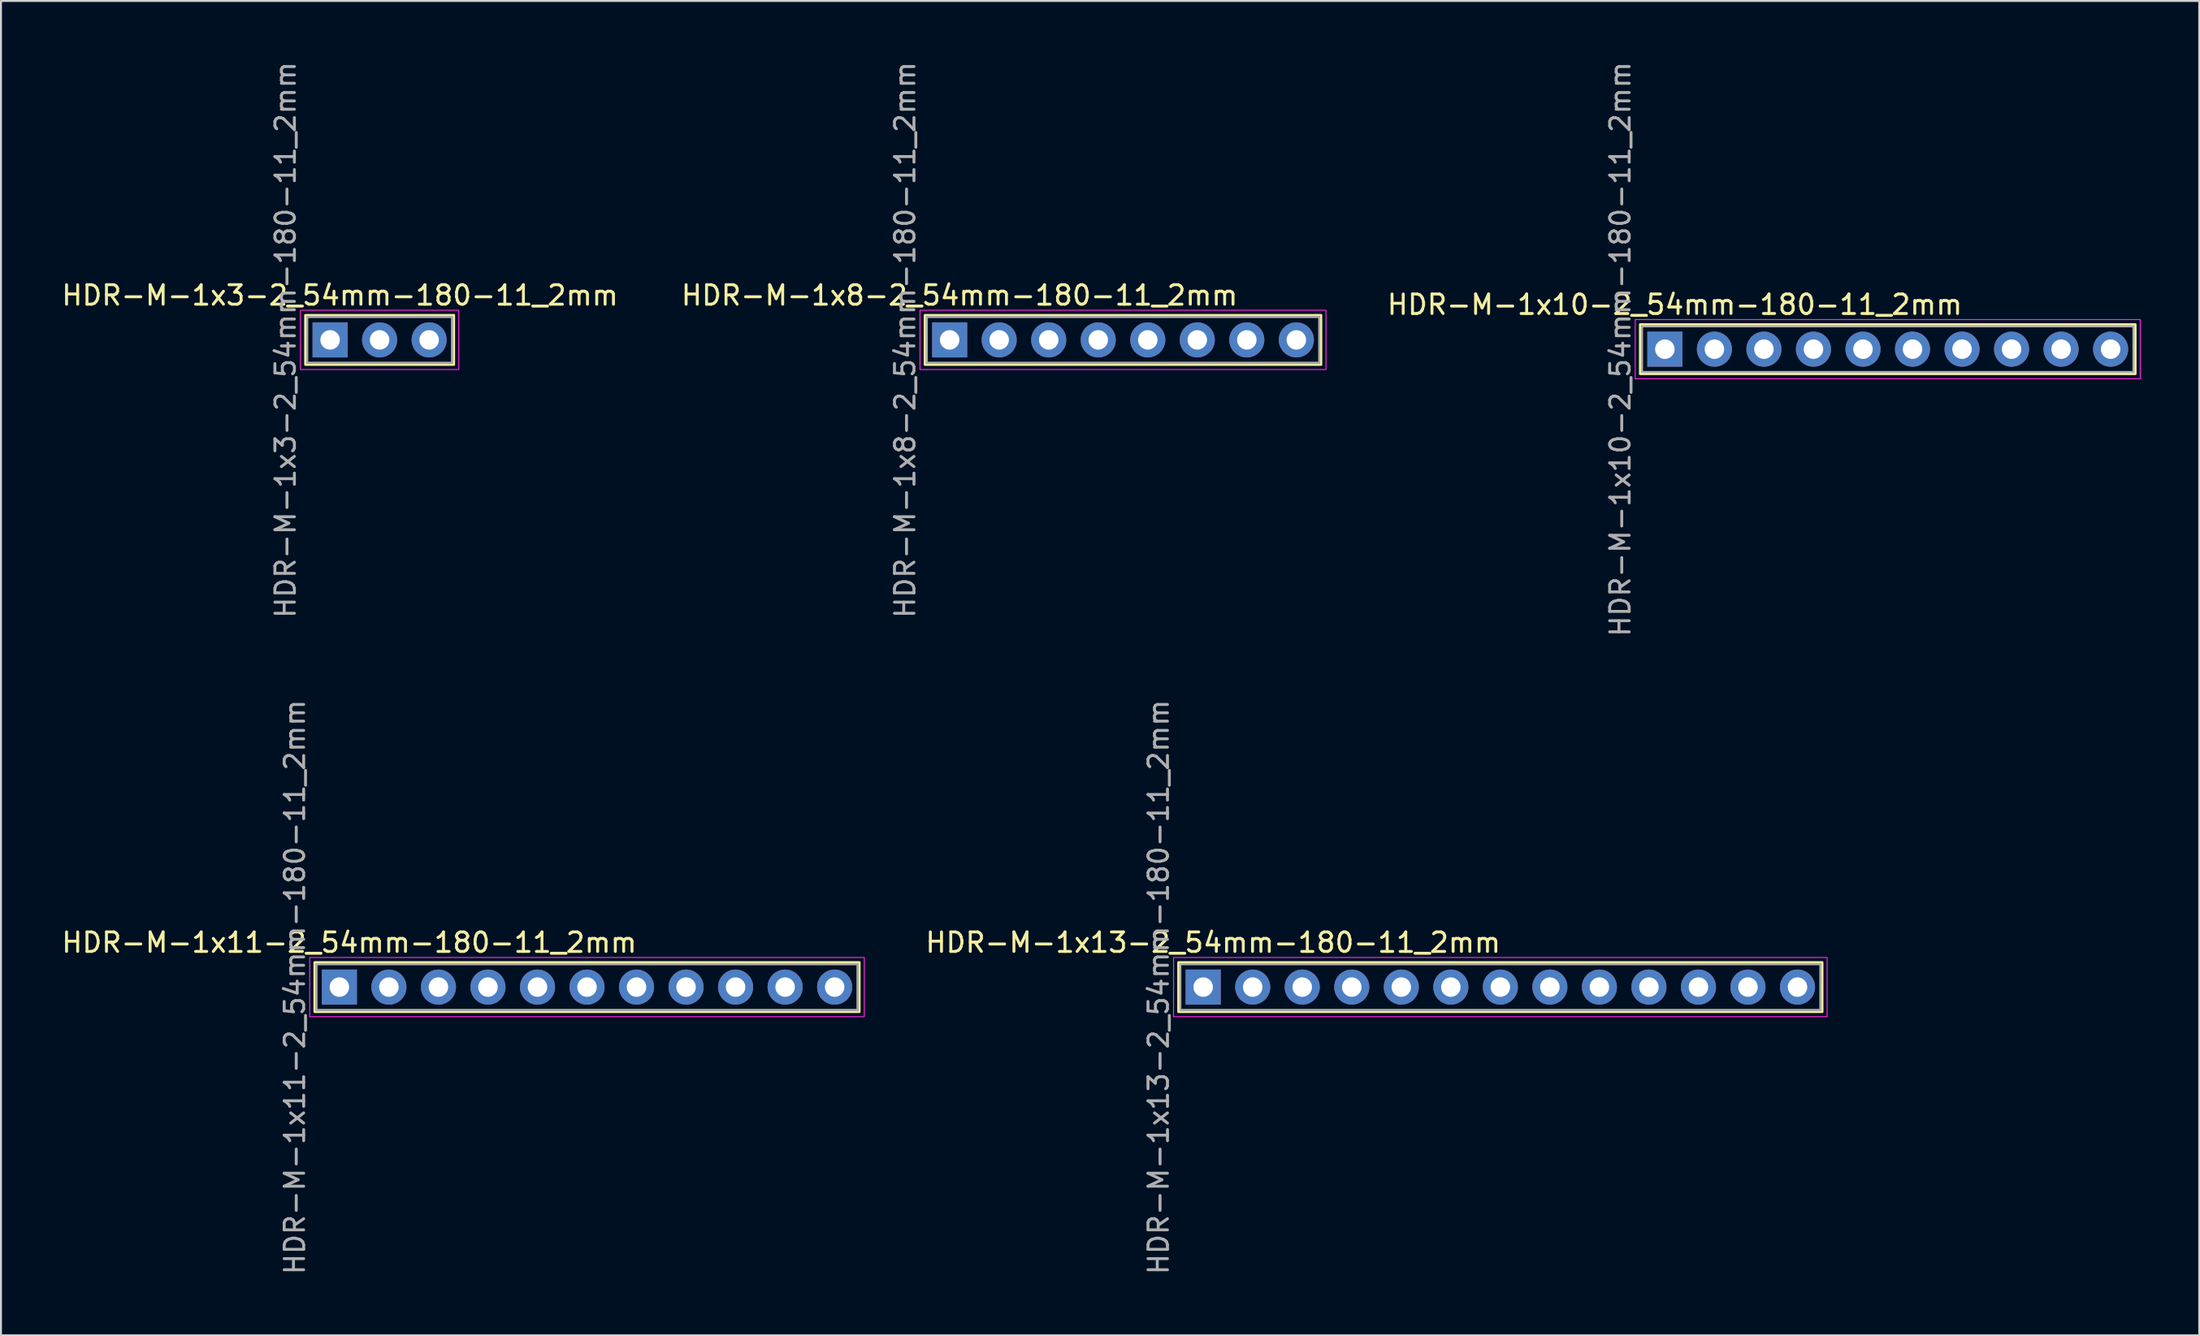
<source format=kicad_pcb>
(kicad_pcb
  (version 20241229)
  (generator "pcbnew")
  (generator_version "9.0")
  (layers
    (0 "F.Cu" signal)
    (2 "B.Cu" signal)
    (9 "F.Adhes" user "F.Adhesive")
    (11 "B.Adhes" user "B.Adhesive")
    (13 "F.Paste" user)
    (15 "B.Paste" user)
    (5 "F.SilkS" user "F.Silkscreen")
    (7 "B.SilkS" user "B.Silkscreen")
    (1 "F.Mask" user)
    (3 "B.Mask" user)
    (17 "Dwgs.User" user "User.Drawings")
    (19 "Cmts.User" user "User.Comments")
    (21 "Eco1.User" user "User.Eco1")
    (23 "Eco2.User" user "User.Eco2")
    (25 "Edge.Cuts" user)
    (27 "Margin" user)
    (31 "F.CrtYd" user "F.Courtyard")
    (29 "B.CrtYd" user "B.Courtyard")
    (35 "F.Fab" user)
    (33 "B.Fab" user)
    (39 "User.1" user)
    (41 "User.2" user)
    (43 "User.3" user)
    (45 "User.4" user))
  (footprint "HDR-M-1x3-2_54mm-180-11_2mm"
    (layer "F.Cu")
    (at 13.879 14.387)
    (property "Reference" "HDR-M-1x3-2_54mm-180-11_2mm" (at 0.508 -2.286 0) (unlocked yes) (layer "F.SilkS") (effects (font (size 1 1) (thickness 0.15))))
    (attr through_hole)
    (fp_rect (start -1.27 -1.27) (end 6.35 1.27) (stroke (width 0.12) (type solid)) (fill no) (layer "F.SilkS"))
    (fp_rect (start -1.52 -1.52) (end 6.6 1.52) (stroke (width 0.05) (type solid)) (fill no) (layer "F.CrtYd"))
    (fp_rect (start -1.17 -1.17) (end 6.25 1.17) (stroke (width 0.1) (type solid)) (fill no) (layer "F.Fab"))
    (fp_text user "${REFERENCE}" (at -2.286 0 90) (unlocked yes) (layer "F.Fab") (effects (font (size 1 1) (thickness 0.15))))
    (pad "1" thru_hole rect (at 0 0) (size 1.8 1.8) (drill 1) (layers "*.Cu" "*.Mask"))
    (pad "2" thru_hole circle (at 2.54 0) (size 1.8 1.8) (drill 1) (layers "*.Cu" "*.Mask"))
    (pad "3" thru_hole circle (at 5.08 0) (size 1.8 1.8) (drill 1) (layers "*.Cu" "*.Mask")))
  (footprint "HDR-M-1x10-2_54mm-180-11_2mm"
    (layer "F.Cu")
    (at 82.333 14.863)
    (property "Reference" "HDR-M-1x10-2_54mm-180-11_2mm" (at 0.508 -2.286 0) (unlocked yes) (layer "F.SilkS") (effects (font (size 1 1) (thickness 0.15))))
    (attr through_hole)
    (fp_rect (start -1.27 -1.27) (end 24.13 1.27) (stroke (width 0.12) (type solid)) (fill no) (layer "F.SilkS"))
    (fp_rect (start -1.52 -1.52) (end 24.38 1.52) (stroke (width 0.05) (type solid)) (fill no) (layer "F.CrtYd"))
    (fp_rect (start -1.17 -1.17) (end 24.03 1.17) (stroke (width 0.1) (type solid)) (fill no) (layer "F.Fab"))
    (fp_text user "${REFERENCE}" (at -2.286 0 90) (unlocked yes) (layer "F.Fab") (effects (font (size 1 1) (thickness 0.15))))
    (pad "1" thru_hole rect (at 0 0) (size 1.8 1.8) (drill 1) (layers "*.Cu" "*.Mask"))
    (pad "2" thru_hole circle (at 2.54 0) (size 1.8 1.8) (drill 1) (layers "*.Cu" "*.Mask"))
    (pad "3" thru_hole circle (at 5.08 0) (size 1.8 1.8) (drill 1) (layers "*.Cu" "*.Mask"))
    (pad "4" thru_hole circle (at 7.62 0) (size 1.8 1.8) (drill 1) (layers "*.Cu" "*.Mask"))
    (pad "5" thru_hole circle (at 10.16 0) (size 1.8 1.8) (drill 1) (layers "*.Cu" "*.Mask"))
    (pad "6" thru_hole circle (at 12.7 0) (size 1.8 1.8) (drill 1) (layers "*.Cu" "*.Mask"))
    (pad "7" thru_hole circle (at 15.24 0) (size 1.8 1.8) (drill 1) (layers "*.Cu" "*.Mask"))
    (pad "8" thru_hole circle (at 17.78 0) (size 1.8 1.8) (drill 1) (layers "*.Cu" "*.Mask"))
    (pad "9" thru_hole circle (at 20.32 0) (size 1.8 1.8) (drill 1) (layers "*.Cu" "*.Mask"))
    (pad "10" thru_hole circle (at 22.86 0) (size 1.8 1.8) (drill 1) (layers "*.Cu" "*.Mask")))
  (footprint "HDR-M-1x11-2_54mm-180-11_2mm"
    (layer "F.Cu")
    (at 14.355 47.589)
    (property "Reference" "HDR-M-1x11-2_54mm-180-11_2mm" (at 0.508 -2.286 0) (unlocked yes) (layer "F.SilkS") (effects (font (size 1 1) (thickness 0.15))))
    (attr through_hole)
    (fp_rect (start -1.27 -1.27) (end 26.67 1.27) (stroke (width 0.12) (type solid)) (fill no) (layer "F.SilkS"))
    (fp_rect (start -1.52 -1.52) (end 26.92 1.52) (stroke (width 0.05) (type solid)) (fill no) (layer "F.CrtYd"))
    (fp_rect (start -1.17 -1.17) (end 26.57 1.17) (stroke (width 0.1) (type solid)) (fill no) (layer "F.Fab"))
    (fp_text user "${REFERENCE}" (at -2.286 0 90) (unlocked yes) (layer "F.Fab") (effects (font (size 1 1) (thickness 0.15))))
    (pad "1" thru_hole rect (at 0 0) (size 1.8 1.8) (drill 1) (layers "*.Cu" "*.Mask"))
    (pad "2" thru_hole circle (at 2.54 0) (size 1.8 1.8) (drill 1) (layers "*.Cu" "*.Mask"))
    (pad "3" thru_hole circle (at 5.08 0) (size 1.8 1.8) (drill 1) (layers "*.Cu" "*.Mask"))
    (pad "4" thru_hole circle (at 7.62 0) (size 1.8 1.8) (drill 1) (layers "*.Cu" "*.Mask"))
    (pad "5" thru_hole circle (at 10.16 0) (size 1.8 1.8) (drill 1) (layers "*.Cu" "*.Mask"))
    (pad "6" thru_hole circle (at 12.7 0) (size 1.8 1.8) (drill 1) (layers "*.Cu" "*.Mask"))
    (pad "7" thru_hole circle (at 15.24 0) (size 1.8 1.8) (drill 1) (layers "*.Cu" "*.Mask"))
    (pad "8" thru_hole circle (at 17.78 0) (size 1.8 1.8) (drill 1) (layers "*.Cu" "*.Mask"))
    (pad "9" thru_hole circle (at 20.32 0) (size 1.8 1.8) (drill 1) (layers "*.Cu" "*.Mask"))
    (pad "10" thru_hole circle (at 22.86 0) (size 1.8 1.8) (drill 1) (layers "*.Cu" "*.Mask"))
    (pad "11" thru_hole circle (at 25.4 0) (size 1.8 1.8) (drill 1) (layers "*.Cu" "*.Mask")))
  (footprint "HDR-M-1x13-2_54mm-180-11_2mm"
    (layer "F.Cu")
    (at 58.655 47.589)
    (property "Reference" "HDR-M-1x13-2_54mm-180-11_2mm" (at 0.508 -2.286 0) (unlocked yes) (layer "F.SilkS") (effects (font (size 1 1) (thickness 0.15))))
    (attr through_hole)
    (fp_rect (start -1.27 -1.27) (end 31.75 1.27) (stroke (width 0.12) (type solid)) (fill no) (layer "F.SilkS"))
    (fp_rect (start -1.52 -1.52) (end 32 1.52) (stroke (width 0.05) (type solid)) (fill no) (layer "F.CrtYd"))
    (fp_rect (start -1.17 -1.17) (end 31.65 1.17) (stroke (width 0.1) (type solid)) (fill no) (layer "F.Fab"))
    (fp_text user "${REFERENCE}" (at -2.286 0 90) (unlocked yes) (layer "F.Fab") (effects (font (size 1 1) (thickness 0.15))))
    (pad "1" thru_hole rect (at 0 0) (size 1.8 1.8) (drill 1) (layers "*.Cu" "*.Mask"))
    (pad "2" thru_hole circle (at 2.54 0) (size 1.8 1.8) (drill 1) (layers "*.Cu" "*.Mask"))
    (pad "3" thru_hole circle (at 5.08 0) (size 1.8 1.8) (drill 1) (layers "*.Cu" "*.Mask"))
    (pad "4" thru_hole circle (at 7.62 0) (size 1.8 1.8) (drill 1) (layers "*.Cu" "*.Mask"))
    (pad "5" thru_hole circle (at 10.16 0) (size 1.8 1.8) (drill 1) (layers "*.Cu" "*.Mask"))
    (pad "6" thru_hole circle (at 12.7 0) (size 1.8 1.8) (drill 1) (layers "*.Cu" "*.Mask"))
    (pad "7" thru_hole circle (at 15.24 0) (size 1.8 1.8) (drill 1) (layers "*.Cu" "*.Mask"))
    (pad "8" thru_hole circle (at 17.78 0) (size 1.8 1.8) (drill 1) (layers "*.Cu" "*.Mask"))
    (pad "9" thru_hole circle (at 20.32 0) (size 1.8 1.8) (drill 1) (layers "*.Cu" "*.Mask"))
    (pad "10" thru_hole circle (at 22.86 0) (size 1.8 1.8) (drill 1) (layers "*.Cu" "*.Mask"))
    (pad "11" thru_hole circle (at 25.4 0) (size 1.8 1.8) (drill 1) (layers "*.Cu" "*.Mask"))
    (pad "12" thru_hole circle (at 27.94 0) (size 1.8 1.8) (drill 1) (layers "*.Cu" "*.Mask"))
    (pad "13" thru_hole circle (at 30.48 0) (size 1.8 1.8) (drill 1) (layers "*.Cu" "*.Mask")))
  (footprint "HDR-M-1x8-2_54mm-180-11_2mm"
    (layer "F.Cu")
    (at 45.653 14.387)
    (property "Reference" "HDR-M-1x8-2_54mm-180-11_2mm" (at 0.508 -2.286 0) (unlocked yes) (layer "F.SilkS") (effects (font (size 1 1) (thickness 0.15))))
    (attr through_hole)
    (fp_rect (start -1.27 -1.27) (end 19.05 1.27) (stroke (width 0.12) (type solid)) (fill no) (layer "F.SilkS"))
    (fp_rect (start -1.52 -1.52) (end 19.3 1.52) (stroke (width 0.05) (type solid)) (fill no) (layer "F.CrtYd"))
    (fp_rect (start -1.17 -1.17) (end 18.95 1.17) (stroke (width 0.1) (type solid)) (fill no) (layer "F.Fab"))
    (fp_text user "${REFERENCE}" (at -2.286 0 90) (unlocked yes) (layer "F.Fab") (effects (font (size 1 1) (thickness 0.15))))
    (pad "1" thru_hole rect (at 0 0) (size 1.8 1.8) (drill 1) (layers "*.Cu" "*.Mask"))
    (pad "2" thru_hole circle (at 2.54 0) (size 1.8 1.8) (drill 1) (layers "*.Cu" "*.Mask"))
    (pad "3" thru_hole circle (at 5.08 0) (size 1.8 1.8) (drill 1) (layers "*.Cu" "*.Mask"))
    (pad "4" thru_hole circle (at 7.62 0) (size 1.8 1.8) (drill 1) (layers "*.Cu" "*.Mask"))
    (pad "5" thru_hole circle (at 10.16 0) (size 1.8 1.8) (drill 1) (layers "*.Cu" "*.Mask"))
    (pad "6" thru_hole circle (at 12.7 0) (size 1.8 1.8) (drill 1) (layers "*.Cu" "*.Mask"))
    (pad "7" thru_hole circle (at 15.24 0) (size 1.8 1.8) (drill 1) (layers "*.Cu" "*.Mask"))
    (pad "8" thru_hole circle (at 17.78 0) (size 1.8 1.8) (drill 1) (layers "*.Cu" "*.Mask")))
  (gr_rect
    (start -3 -3)
    (end 109.738 65.452)
    (stroke (width 0.1) (type default))
    (fill no)
    (layer "Edge.Cuts")))
</source>
